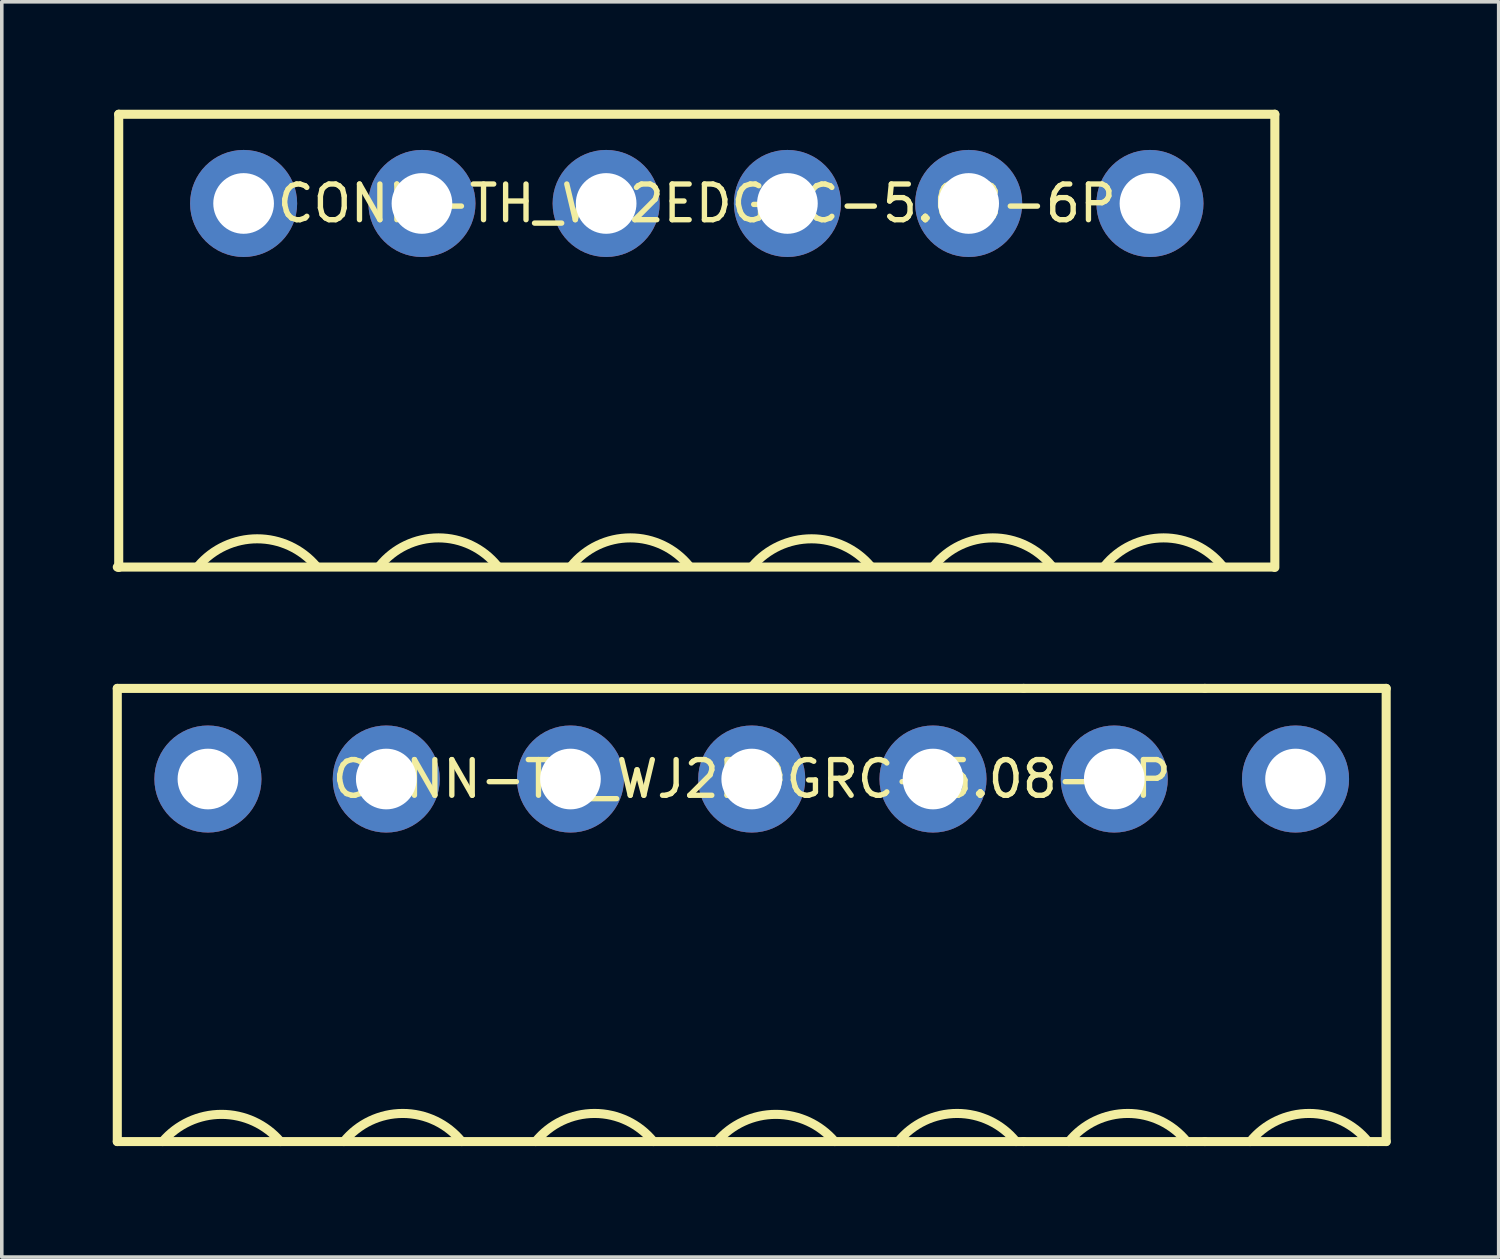
<source format=kicad_pcb>
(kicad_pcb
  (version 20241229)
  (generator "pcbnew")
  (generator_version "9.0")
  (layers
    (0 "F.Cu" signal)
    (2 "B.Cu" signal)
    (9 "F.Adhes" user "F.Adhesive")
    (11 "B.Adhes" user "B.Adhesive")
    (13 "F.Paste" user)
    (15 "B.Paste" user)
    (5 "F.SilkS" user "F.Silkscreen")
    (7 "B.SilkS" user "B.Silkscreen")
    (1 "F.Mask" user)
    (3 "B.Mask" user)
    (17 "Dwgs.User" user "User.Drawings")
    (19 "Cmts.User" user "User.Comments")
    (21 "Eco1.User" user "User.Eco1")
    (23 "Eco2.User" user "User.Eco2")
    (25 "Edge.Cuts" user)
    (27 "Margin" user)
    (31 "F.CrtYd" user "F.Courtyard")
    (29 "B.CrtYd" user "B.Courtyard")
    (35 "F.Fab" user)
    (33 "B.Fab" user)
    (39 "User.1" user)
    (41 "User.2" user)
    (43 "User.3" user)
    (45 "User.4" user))
  (footprint "CONN-TH_WJ2EDGRC-5.08-6P"
    (layer "F.Cu")
    (at 16.477 2.652)
    (property "Reference" "CONN-TH_WJ2EDGRC-5.08-6P" (at 0 0 0) (unlocked yes) (layer "F.SilkS") (effects (font (size 1 1) (thickness 0.15))))
    (fp_line (start -16.24 10.19) (end 16.16 10.19) (stroke (width 0.254) (type default)) (layer "F.SilkS"))
    (fp_line (start -16.2 -2.5) (end -16.2 10.2) (stroke (width 0.254) (type default)) (layer "F.SilkS"))
    (fp_line (start -16.2 -2.5) (end 16.2 -2.5) (stroke (width 0.254) (type default)) (layer "F.SilkS"))
    (fp_line (start 16.2 -2.5) (end 16.2 10.2) (stroke (width 0.254) (type default)) (layer "F.SilkS"))
    (fp_arc (start -13.97 10.16) (mid -12.319 9.397795) (end -10.668 10.16) (stroke (width 0.254) (type default)) (layer "F.SilkS"))
    (fp_arc (start -8.89 10.16) (mid -7.239 9.371974) (end -5.588 10.16) (stroke (width 0.254) (type default)) (layer "F.SilkS"))
    (fp_arc (start -3.5155 10.16) (mid -1.8645 9.371974) (end -0.2135 10.16) (stroke (width 0.254) (type default)) (layer "F.SilkS"))
    (fp_arc (start 1.5645 10.16) (mid 3.2155 9.397795) (end 4.8665 10.16) (stroke (width 0.254) (type default)) (layer "F.SilkS"))
    (fp_arc (start 6.6445 10.16) (mid 8.2955 9.371974) (end 9.9465 10.16) (stroke (width 0.254) (type default)) (layer "F.SilkS"))
    (fp_arc (start 11.43 10.16) (mid 13.081 9.371974) (end 14.732 10.16) (stroke (width 0.254) (type default)) (layer "F.SilkS"))
    (fp_poly (pts (xy -11.95 0) (xy -11.969 -0.167) (xy -12.024 -0.325) (xy -12.114 -0.468) (xy -12.232 -0.586) (xy -12.375 -0.676) (xy -12.533 -0.731) (xy -12.7 -0.75) (xy -12.867 -0.731) (xy -13.025 -0.676) (xy -13.168 -0.586) (xy -13.286 -0.468) (xy -13.376 -0.325) (xy -13.431 -0.167) (xy -13.45 0) (xy -13.431 0.167) (xy -13.376 0.325) (xy -13.286 0.468) (xy -13.168 0.586) (xy -13.025 0.676) (xy -12.867 0.731) (xy -12.7 0.75) (xy -12.533 0.731) (xy -12.375 0.676) (xy -12.232 0.586) (xy -12.114 0.468) (xy -12.024 0.325) (xy -11.969 0.167)) (stroke (width 0.1) (type default)) (fill no) (layer "User.1"))
    (fp_poly (pts (xy -6.952 0) (xy -6.97 -0.167) (xy -7.026 -0.325) (xy -7.115 -0.468) (xy -7.234 -0.586) (xy -7.376 -0.676) (xy -7.535 -0.731) (xy -7.702 -0.75) (xy -7.868 -0.731) (xy -8.027 -0.676) (xy -8.169 -0.586) (xy -8.288 -0.468) (xy -8.377 -0.325) (xy -8.433 -0.167) (xy -8.451 0) (xy -8.433 0.167) (xy -8.377 0.325) (xy -8.288 0.468) (xy -8.169 0.586) (xy -8.027 0.676) (xy -7.868 0.731) (xy -7.702 0.75) (xy -7.535 0.731) (xy -7.376 0.676) (xy -7.234 0.586) (xy -7.115 0.468) (xy -7.026 0.325) (xy -6.97 0.167)) (stroke (width 0.1) (type default)) (fill no) (layer "User.1"))
    (fp_poly (pts (xy -1.79 0) (xy -1.809 -0.167) (xy -1.864 -0.325) (xy -1.954 -0.468) (xy -2.072 -0.586) (xy -2.215 -0.676) (xy -2.373 -0.731) (xy -2.54 -0.75) (xy -2.707 -0.731) (xy -2.865 -0.676) (xy -3.008 -0.586) (xy -3.126 -0.468) (xy -3.216 -0.325) (xy -3.271 -0.167) (xy -3.29 0) (xy -3.271 0.167) (xy -3.216 0.325) (xy -3.126 0.468) (xy -3.008 0.586) (xy -2.865 0.676) (xy -2.707 0.731) (xy -2.54 0.75) (xy -2.373 0.731) (xy -2.215 0.676) (xy -2.072 0.586) (xy -1.954 0.468) (xy -1.864 0.325) (xy -1.809 0.167)) (stroke (width 0.1) (type default)) (fill no) (layer "User.1"))
    (fp_poly (pts (xy 3.29 0) (xy 3.271 -0.167) (xy 3.216 -0.325) (xy 3.126 -0.468) (xy 3.008 -0.586) (xy 2.865 -0.676) (xy 2.707 -0.731) (xy 2.54 -0.75) (xy 2.373 -0.731) (xy 2.215 -0.676) (xy 2.072 -0.586) (xy 1.954 -0.468) (xy 1.864 -0.325) (xy 1.809 -0.167) (xy 1.79 0) (xy 1.809 0.167) (xy 1.864 0.325) (xy 1.954 0.468) (xy 2.072 0.586) (xy 2.215 0.676) (xy 2.373 0.731) (xy 2.54 0.75) (xy 2.707 0.731) (xy 2.865 0.676) (xy 3.008 0.586) (xy 3.126 0.468) (xy 3.216 0.325) (xy 3.271 0.167)) (stroke (width 0.1) (type default)) (fill no) (layer "User.1"))
    (fp_poly (pts (xy 8.37 0) (xy 8.351 -0.167) (xy 8.296 -0.325) (xy 8.206 -0.468) (xy 8.088 -0.586) (xy 7.945 -0.676) (xy 7.787 -0.731) (xy 7.62 -0.75) (xy 7.453 -0.731) (xy 7.295 -0.676) (xy 7.152 -0.586) (xy 7.034 -0.468) (xy 6.944 -0.325) (xy 6.889 -0.167) (xy 6.87 0) (xy 6.889 0.167) (xy 6.944 0.325) (xy 7.034 0.468) (xy 7.152 0.586) (xy 7.295 0.676) (xy 7.453 0.731) (xy 7.62 0.75) (xy 7.787 0.731) (xy 7.945 0.676) (xy 8.088 0.586) (xy 8.206 0.468) (xy 8.296 0.325) (xy 8.351 0.167)) (stroke (width 0.1) (type default)) (fill no) (layer "User.1"))
    (fp_poly (pts (xy 13.45 0) (xy 13.431 -0.167) (xy 13.376 -0.325) (xy 13.286 -0.468) (xy 13.168 -0.586) (xy 13.025 -0.676) (xy 12.867 -0.731) (xy 12.7 -0.75) (xy 12.533 -0.731) (xy 12.375 -0.676) (xy 12.232 -0.586) (xy 12.114 -0.468) (xy 12.024 -0.325) (xy 11.969 -0.167) (xy 11.95 0) (xy 11.969 0.167) (xy 12.024 0.325) (xy 12.114 0.468) (xy 12.232 0.586) (xy 12.375 0.676) (xy 12.533 0.731) (xy 12.7 0.75) (xy 12.867 0.731) (xy 13.025 0.676) (xy 13.168 0.586) (xy 13.286 0.468) (xy 13.376 0.325) (xy 13.431 0.167)) (stroke (width 0.1) (type default)) (fill no) (layer "User.1"))
    (fp_line (start -16.367 -2.627) (end 16.327 -2.627) (stroke (width 0.051) (type default)) (layer "User.2"))
    (fp_line (start -16.367 10.327) (end -16.367 -2.627) (stroke (width 0.051) (type default)) (layer "User.2"))
    (fp_line (start 16.327 -2.627) (end 16.327 10.327) (stroke (width 0.051) (type default)) (layer "User.2"))
    (fp_line (start 16.327 10.327) (end -16.367 10.327) (stroke (width 0.051) (type default)) (layer "User.2"))
    (fp_poly (pts (xy -16.307 10.327) (xy -16.325 10.285) (xy -16.367 10.267) (xy -16.409 10.285) (xy -16.427 10.327) (xy -16.409 10.369) (xy -16.367 10.387) (xy -16.325 10.369)) (stroke (width 0.1) (type default)) (fill no) (layer "User.3"))
    (pad "1" thru_hole circle (at -12.7 0) (size 3 3) (drill 1.7) (layers "*.Cu" "*.Mask"))
    (pad "2" thru_hole circle (at -7.702 0) (size 3 3) (drill 1.7) (layers "*.Cu" "*.Mask"))
    (pad "3" thru_hole circle (at -2.54 0) (size 3 3) (drill 1.7) (layers "*.Cu" "*.Mask"))
    (pad "4" thru_hole circle (at 2.54 0) (size 3 3) (drill 1.7) (layers "*.Cu" "*.Mask"))
    (pad "5" thru_hole circle (at 7.62 0) (size 3 3) (drill 1.7) (layers "*.Cu" "*.Mask"))
    (pad "6" thru_hole circle (at 12.7 0) (size 3 3) (drill 1.7) (layers "*.Cu" "*.Mask")))
  (footprint "CONN-TH_WJ2EDGRC-5.08-7P"
    (layer "F.Cu")
    (at 18.017 18.782)
    (property "Reference" "CONN-TH_WJ2EDGRC-5.08-7P" (at 0 0 0) (unlocked yes) (layer "F.SilkS") (effects (font (size 1 1) (thickness 0.15))))
    (fp_line (start -17.78 -2.54) (end -17.78 10.16) (stroke (width 0.254) (type default)) (layer "F.SilkS"))
    (fp_line (start -17.78 -2.54) (end 7.62 -2.54) (stroke (width 0.254) (type default)) (layer "F.SilkS"))
    (fp_line (start -17.78 10.16) (end 7.62 10.16) (stroke (width 0.254) (type default)) (layer "F.SilkS"))
    (fp_line (start 7.62 -2.54) (end 12.7 -2.54) (stroke (width 0.254) (type default)) (layer "F.SilkS"))
    (fp_line (start 7.62 10.16) (end 12.7 10.16) (stroke (width 0.254) (type default)) (layer "F.SilkS"))
    (fp_line (start 12.7 -2.54) (end 17.78 -2.54) (stroke (width 0.254) (type default)) (layer "F.SilkS"))
    (fp_line (start 12.7 10.16) (end 17.78 10.16) (stroke (width 0.254) (type default)) (layer "F.SilkS"))
    (fp_line (start 17.78 -2.54) (end 17.78 10.16) (stroke (width 0.254) (type default)) (layer "F.SilkS"))
    (fp_arc (start -16.51 10.16) (mid -14.859 9.397795) (end -13.208 10.16) (stroke (width 0.254) (type default)) (layer "F.SilkS"))
    (fp_arc (start -11.43 10.16) (mid -9.779 9.371974) (end -8.128 10.16) (stroke (width 0.254) (type default)) (layer "F.SilkS"))
    (fp_arc (start -6.0555 10.16) (mid -4.4045 9.371974) (end -2.7535 10.16) (stroke (width 0.254) (type default)) (layer "F.SilkS"))
    (fp_arc (start -0.9755 10.16) (mid 0.6755 9.397795) (end 2.3265 10.16) (stroke (width 0.254) (type default)) (layer "F.SilkS"))
    (fp_arc (start 4.1045 10.16) (mid 5.7555 9.371974) (end 7.4065 10.16) (stroke (width 0.254) (type default)) (layer "F.SilkS"))
    (fp_arc (start 8.89 10.16) (mid 10.541 9.371974) (end 12.192 10.16) (stroke (width 0.254) (type default)) (layer "F.SilkS"))
    (fp_arc (start 13.97 10.16) (mid 15.621 9.371974) (end 17.272 10.16) (stroke (width 0.254) (type default)) (layer "F.SilkS"))
    (fp_poly (pts (xy -14.49 0) (xy -14.509 -0.167) (xy -14.564 -0.325) (xy -14.654 -0.468) (xy -14.772 -0.586) (xy -14.915 -0.676) (xy -15.073 -0.731) (xy -15.24 -0.75) (xy -15.407 -0.731) (xy -15.565 -0.676) (xy -15.708 -0.586) (xy -15.826 -0.468) (xy -15.916 -0.325) (xy -15.971 -0.167) (xy -15.99 0) (xy -15.971 0.167) (xy -15.916 0.325) (xy -15.826 0.468) (xy -15.708 0.586) (xy -15.565 0.676) (xy -15.407 0.731) (xy -15.24 0.75) (xy -15.073 0.731) (xy -14.915 0.676) (xy -14.772 0.586) (xy -14.654 0.468) (xy -14.564 0.325) (xy -14.509 0.167)) (stroke (width 0.1) (type default)) (fill no) (layer "User.1"))
    (fp_poly (pts (xy -9.492 0) (xy -9.51 -0.167) (xy -9.566 -0.325) (xy -9.655 -0.468) (xy -9.774 -0.586) (xy -9.916 -0.676) (xy -10.075 -0.731) (xy -10.242 -0.75) (xy -10.408 -0.731) (xy -10.567 -0.676) (xy -10.709 -0.586) (xy -10.828 -0.468) (xy -10.917 -0.325) (xy -10.973 -0.167) (xy -10.992 0) (xy -10.973 0.167) (xy -10.917 0.325) (xy -10.828 0.468) (xy -10.709 0.586) (xy -10.567 0.676) (xy -10.408 0.731) (xy -10.242 0.75) (xy -10.075 0.731) (xy -9.916 0.676) (xy -9.774 0.586) (xy -9.655 0.468) (xy -9.566 0.325) (xy -9.51 0.167)) (stroke (width 0.1) (type default)) (fill no) (layer "User.1"))
    (fp_poly (pts (xy -4.33 0) (xy -4.349 -0.167) (xy -4.404 -0.325) (xy -4.494 -0.468) (xy -4.612 -0.586) (xy -4.755 -0.676) (xy -4.913 -0.731) (xy -5.08 -0.75) (xy -5.247 -0.731) (xy -5.405 -0.676) (xy -5.548 -0.586) (xy -5.666 -0.468) (xy -5.756 -0.325) (xy -5.811 -0.167) (xy -5.83 0) (xy -5.811 0.167) (xy -5.756 0.325) (xy -5.666 0.468) (xy -5.548 0.586) (xy -5.405 0.676) (xy -5.247 0.731) (xy -5.08 0.75) (xy -4.913 0.731) (xy -4.755 0.676) (xy -4.612 0.586) (xy -4.494 0.468) (xy -4.404 0.325) (xy -4.349 0.167)) (stroke (width 0.1) (type default)) (fill no) (layer "User.1"))
    (fp_poly (pts (xy 0.75 0) (xy 0.731 -0.167) (xy 0.676 -0.325) (xy 0.586 -0.468) (xy 0.468 -0.586) (xy 0.325 -0.676) (xy 0.167 -0.731) (xy 0 -0.75) (xy -0.167 -0.731) (xy -0.325 -0.676) (xy -0.468 -0.586) (xy -0.586 -0.468) (xy -0.676 -0.325) (xy -0.731 -0.167) (xy -0.75 0) (xy -0.731 0.167) (xy -0.676 0.325) (xy -0.586 0.468) (xy -0.468 0.586) (xy -0.325 0.676) (xy -0.167 0.731) (xy 0 0.75) (xy 0.167 0.731) (xy 0.325 0.676) (xy 0.468 0.586) (xy 0.586 0.468) (xy 0.676 0.325) (xy 0.731 0.167)) (stroke (width 0.1) (type default)) (fill no) (layer "User.1"))
    (fp_poly (pts (xy 5.83 0) (xy 5.811 -0.167) (xy 5.756 -0.325) (xy 5.666 -0.468) (xy 5.548 -0.586) (xy 5.405 -0.676) (xy 5.247 -0.731) (xy 5.08 -0.75) (xy 4.913 -0.731) (xy 4.755 -0.676) (xy 4.612 -0.586) (xy 4.494 -0.468) (xy 4.404 -0.325) (xy 4.349 -0.167) (xy 4.33 0) (xy 4.349 0.167) (xy 4.404 0.325) (xy 4.494 0.468) (xy 4.612 0.586) (xy 4.755 0.676) (xy 4.913 0.731) (xy 5.08 0.75) (xy 5.247 0.731) (xy 5.405 0.676) (xy 5.548 0.586) (xy 5.666 0.468) (xy 5.756 0.325) (xy 5.811 0.167)) (stroke (width 0.1) (type default)) (fill no) (layer "User.1"))
    (fp_poly (pts (xy 10.91 0) (xy 10.891 -0.167) (xy 10.836 -0.325) (xy 10.746 -0.468) (xy 10.628 -0.586) (xy 10.485 -0.676) (xy 10.327 -0.731) (xy 10.16 -0.75) (xy 9.993 -0.731) (xy 9.835 -0.676) (xy 9.692 -0.586) (xy 9.574 -0.468) (xy 9.484 -0.325) (xy 9.429 -0.167) (xy 9.41 0) (xy 9.429 0.167) (xy 9.484 0.325) (xy 9.574 0.468) (xy 9.692 0.586) (xy 9.835 0.676) (xy 9.993 0.731) (xy 10.16 0.75) (xy 10.327 0.731) (xy 10.485 0.676) (xy 10.628 0.586) (xy 10.746 0.468) (xy 10.836 0.325) (xy 10.891 0.167)) (stroke (width 0.1) (type default)) (fill no) (layer "User.1"))
    (fp_poly (pts (xy 15.99 0) (xy 15.971 -0.167) (xy 15.916 -0.325) (xy 15.826 -0.468) (xy 15.708 -0.586) (xy 15.565 -0.676) (xy 15.407 -0.731) (xy 15.24 -0.75) (xy 15.073 -0.731) (xy 14.915 -0.676) (xy 14.772 -0.586) (xy 14.654 -0.468) (xy 14.564 -0.325) (xy 14.509 -0.167) (xy 14.49 0) (xy 14.509 0.167) (xy 14.564 0.325) (xy 14.654 0.468) (xy 14.772 0.586) (xy 14.915 0.676) (xy 15.073 0.731) (xy 15.24 0.75) (xy 15.407 0.731) (xy 15.565 0.676) (xy 15.708 0.586) (xy 15.826 0.468) (xy 15.916 0.325) (xy 15.971 0.167)) (stroke (width 0.1) (type default)) (fill no) (layer "User.1"))
    (fp_line (start -17.907 -2.667) (end 17.907 -2.667) (stroke (width 0.051) (type default)) (layer "User.2"))
    (fp_line (start -17.907 10.287) (end -17.907 -2.667) (stroke (width 0.051) (type default)) (layer "User.2"))
    (fp_line (start 17.907 -2.667) (end 17.907 10.287) (stroke (width 0.051) (type default)) (layer "User.2"))
    (fp_line (start 17.907 10.287) (end -17.907 10.287) (stroke (width 0.051) (type default)) (layer "User.2"))
    (fp_poly (pts (xy -17.847 10.287) (xy -17.865 10.245) (xy -17.907 10.227) (xy -17.949 10.245) (xy -17.967 10.287) (xy -17.949 10.329) (xy -17.907 10.347) (xy -17.865 10.329)) (stroke (width 0.1) (type default)) (fill no) (layer "User.3"))
    (pad "1" thru_hole circle (at -15.24 0) (size 3 3) (drill 1.7) (layers "*.Cu" "*.Mask"))
    (pad "2" thru_hole circle (at -10.242 0) (size 3 3) (drill 1.7) (layers "*.Cu" "*.Mask"))
    (pad "3" thru_hole circle (at -5.08 0) (size 3 3) (drill 1.7) (layers "*.Cu" "*.Mask"))
    (pad "4" thru_hole circle (at 0 0) (size 3 3) (drill 1.7) (layers "*.Cu" "*.Mask"))
    (pad "5" thru_hole circle (at 5.08 0) (size 3 3) (drill 1.7) (layers "*.Cu" "*.Mask"))
    (pad "6" thru_hole circle (at 10.16 0) (size 3 3) (drill 1.7) (layers "*.Cu" "*.Mask"))
    (pad "7" thru_hole circle (at 15.24 0) (size 3 3) (drill 1.7) (layers "*.Cu" "*.Mask")))
  (gr_rect
    (start -3 -3)
    (end 38.95 32.179)
    (stroke (width 0.1) (type default))
    (fill no)
    (layer "Edge.Cuts")))
</source>
